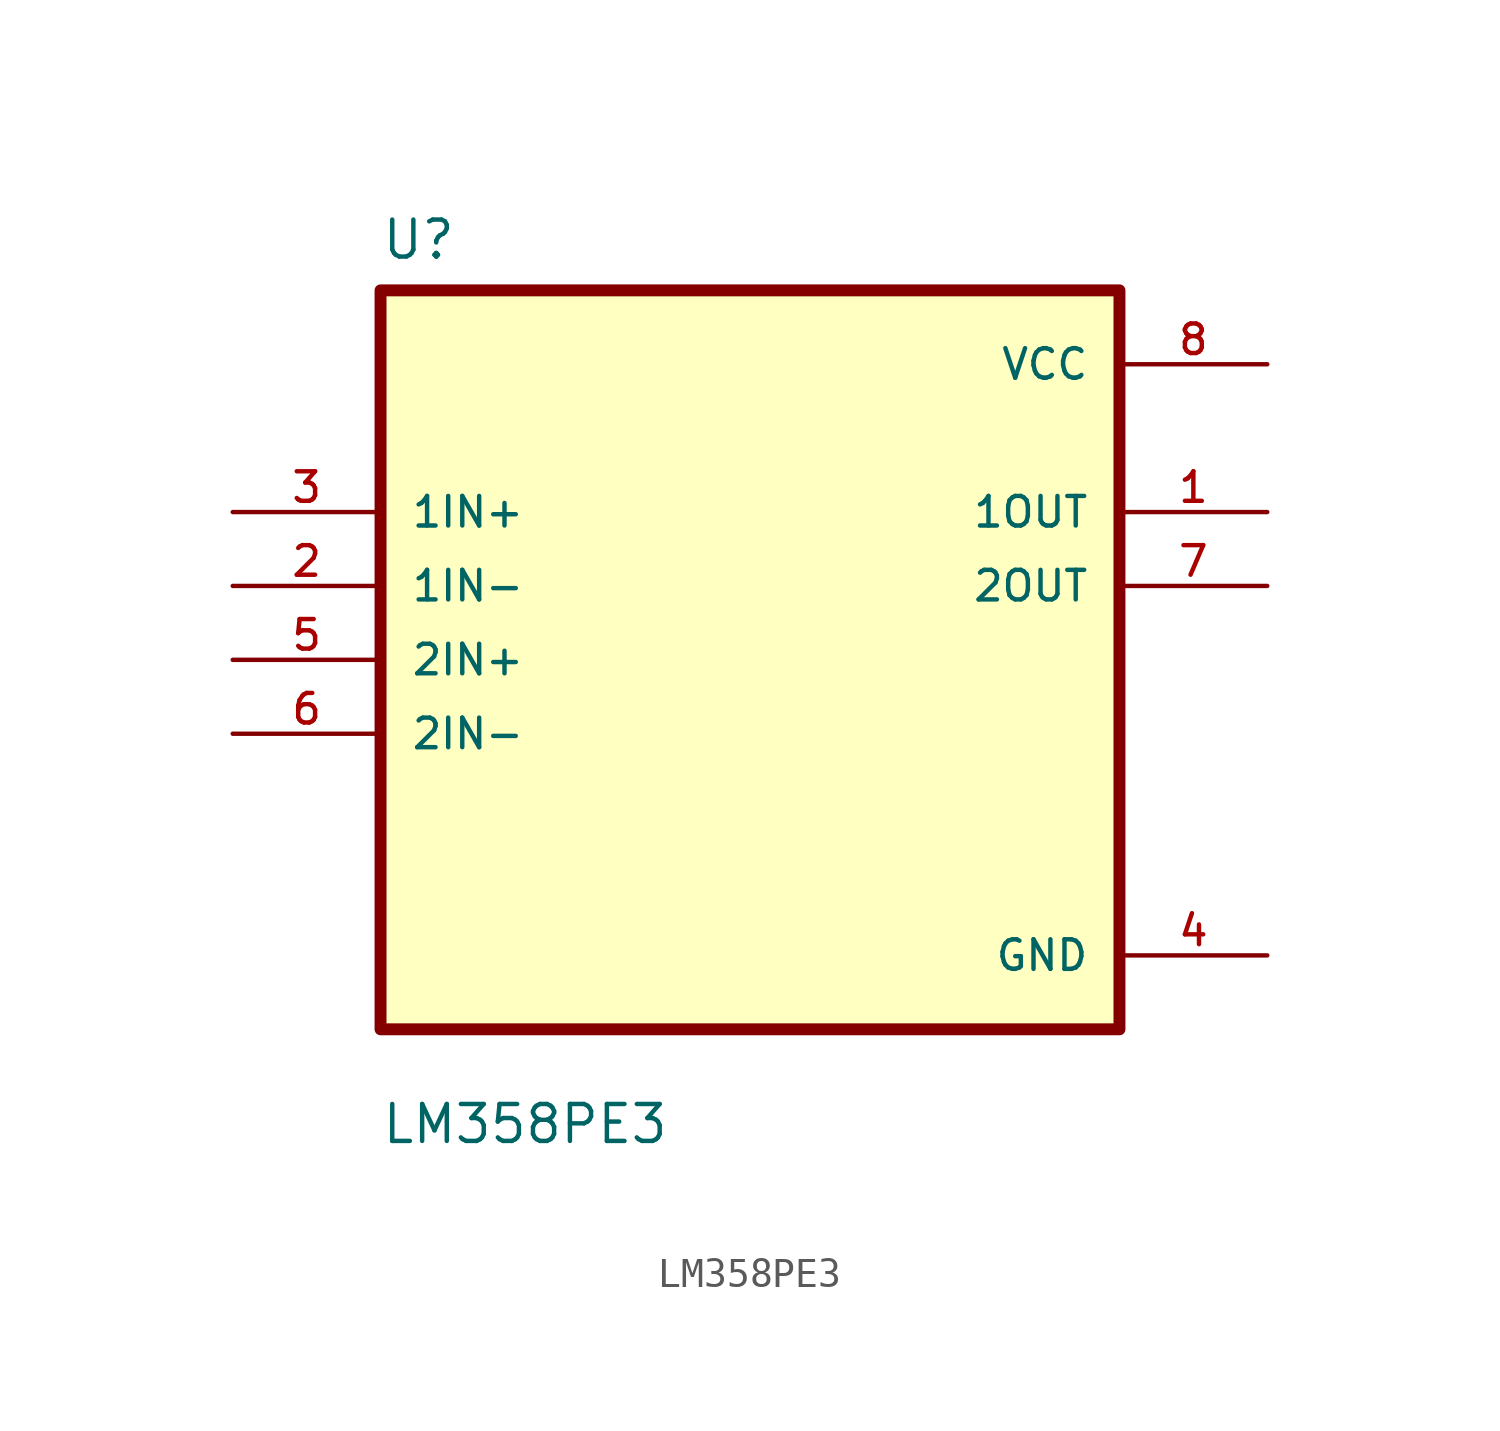
<source format=kicad_sym>
(kicad_symbol_lib
  (version 20211014)
  (generator kicad_symbol_editor)
  (symbol "LM358PE3"
    (pin_names
      (offset 1.016))
    (property "Reference" "U"
      (at -12.7 13.7 0.0)
      (effects (font (size 1.27 1.27)) (justify bottom left)))
    (property "Value" "LM358PE3"
      (at -12.7 -16.7 0.0)
      (effects (font (size 1.27 1.27)) (justify bottom left)))
    (symbol "LM358PE3_0_0"
      (rectangle (start -12.7 -12.7) (end 12.7 12.7) (stroke (width 0.41)) (fill (type background)))
      (pin input line (at -17.78 5.08 0) (length 5.08) (name "1IN+" (effects (font (size 1.016 1.016)))) (number "3" (effects (font (size 1.016 1.016)))))
      (pin input line (at -17.78 2.54 0) (length 5.08) (name "1IN-" (effects (font (size 1.016 1.016)))) (number "2" (effects (font (size 1.016 1.016)))))
      (pin input line (at -17.78 -8.88178e-16 0) (length 5.08) (name "2IN+" (effects (font (size 1.016 1.016)))) (number "5" (effects (font (size 1.016 1.016)))))
      (pin input line (at -17.78 -2.54 0) (length 5.08) (name "2IN-" (effects (font (size 1.016 1.016)))) (number "6" (effects (font (size 1.016 1.016)))))
      (pin power_in line (at 17.78 10.16 180.0) (length 5.08) (name "VCC" (effects (font (size 1.016 1.016)))) (number "8" (effects (font (size 1.016 1.016)))))
      (pin output line (at 17.78 5.08 180.0) (length 5.08) (name "1OUT" (effects (font (size 1.016 1.016)))) (number "1" (effects (font (size 1.016 1.016)))))
      (pin output line (at 17.78 2.54 180.0) (length 5.08) (name "2OUT" (effects (font (size 1.016 1.016)))) (number "7" (effects (font (size 1.016 1.016)))))
      (pin power_in line (at 17.78 -10.16 180.0) (length 5.08) (name "GND" (effects (font (size 1.016 1.016)))) (number "4" (effects (font (size 1.016 1.016))))))))
</source>
